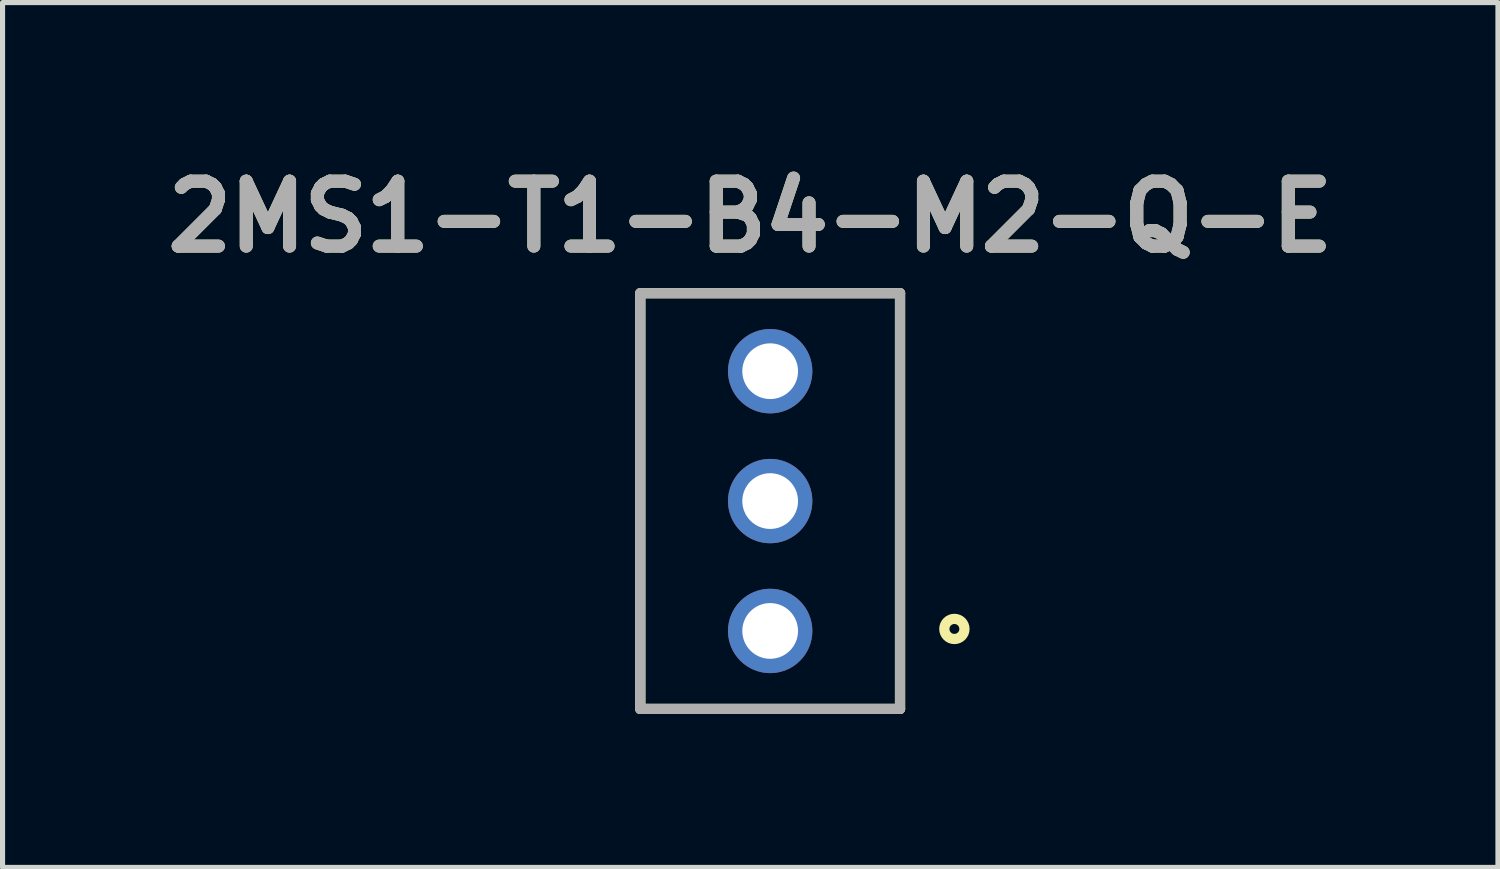
<source format=kicad_pcb>
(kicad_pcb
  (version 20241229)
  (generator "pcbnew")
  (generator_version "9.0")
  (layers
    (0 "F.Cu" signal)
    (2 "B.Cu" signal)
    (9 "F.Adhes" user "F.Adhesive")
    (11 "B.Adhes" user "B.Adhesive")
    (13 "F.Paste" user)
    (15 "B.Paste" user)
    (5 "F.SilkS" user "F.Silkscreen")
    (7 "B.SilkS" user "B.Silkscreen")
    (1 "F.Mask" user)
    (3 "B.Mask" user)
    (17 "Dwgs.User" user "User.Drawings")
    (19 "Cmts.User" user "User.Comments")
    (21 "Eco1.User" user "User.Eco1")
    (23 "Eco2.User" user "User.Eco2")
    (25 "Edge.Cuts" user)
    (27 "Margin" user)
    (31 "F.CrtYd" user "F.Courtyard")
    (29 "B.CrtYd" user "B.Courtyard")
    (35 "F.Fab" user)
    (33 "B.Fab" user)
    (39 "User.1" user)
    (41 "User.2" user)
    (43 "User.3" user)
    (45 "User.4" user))
  (footprint "2MS1-T1-B4-M2-Q-E"
    (layer "F.Cu")
    (at 12.013 6.75)
    (property "Reference" "2MS1-T1-B4-M2-Q-E" (at -0.389 -5.561 0) (layer "F.SilkS") (effects (font (size 1.27 1.27) (thickness 0.254))))
    (attr through_hole)
    (fp_line (start -2.54 -4.065) (end -2.54 4.065) (stroke (width 0.2) (type solid)) (layer "F.SilkS"))
    (fp_line (start -2.54 4.065) (end 2.54 4.065) (stroke (width 0.2) (type solid)) (layer "F.SilkS"))
    (fp_line (start 2.54 -4.065) (end -2.54 -4.065) (stroke (width 0.2) (type solid)) (layer "F.SilkS"))
    (fp_line (start 2.54 4.065) (end 2.54 -4.065) (stroke (width 0.2) (type solid)) (layer "F.SilkS"))
    (fp_circle (center 3.603 2.501) (end 3.603 2.598) (stroke (width 0.2) (type solid)) (fill no) (layer "F.SilkS"))
    (fp_line (start -2.54 -4.065) (end 2.54 -4.065) (stroke (width 0.2) (type solid)) (layer "F.Fab"))
    (fp_line (start -2.54 4.065) (end -2.54 -4.065) (stroke (width 0.2) (type solid)) (layer "F.Fab"))
    (fp_line (start 2.54 -4.065) (end 2.54 4.065) (stroke (width 0.2) (type solid)) (layer "F.Fab"))
    (fp_line (start 2.54 4.065) (end -2.54 4.065) (stroke (width 0.2) (type solid)) (layer "F.Fab"))
    (fp_text user "${REFERENCE}" (at -0.389 -5.561 0) (layer "F.Fab") (effects (font (size 1.27 1.27) (thickness 0.254))))
    (pad "1" thru_hole circle (at 0 2.54) (size 1.65 1.65) (drill 1.09) (layers "*.Cu" "*.Mask"))
    (pad "2" thru_hole circle (at 0 0) (size 1.65 1.65) (drill 1.09) (layers "*.Cu" "*.Mask"))
    (pad "3" thru_hole circle (at 0 -2.54) (size 1.65 1.65) (drill 1.09) (layers "*.Cu" "*.Mask")))
  (gr_rect
    (start -3 -3)
    (end 26.247 13.915)
    (stroke (width 0.1) (type default))
    (fill no)
    (layer "Edge.Cuts")))
</source>
